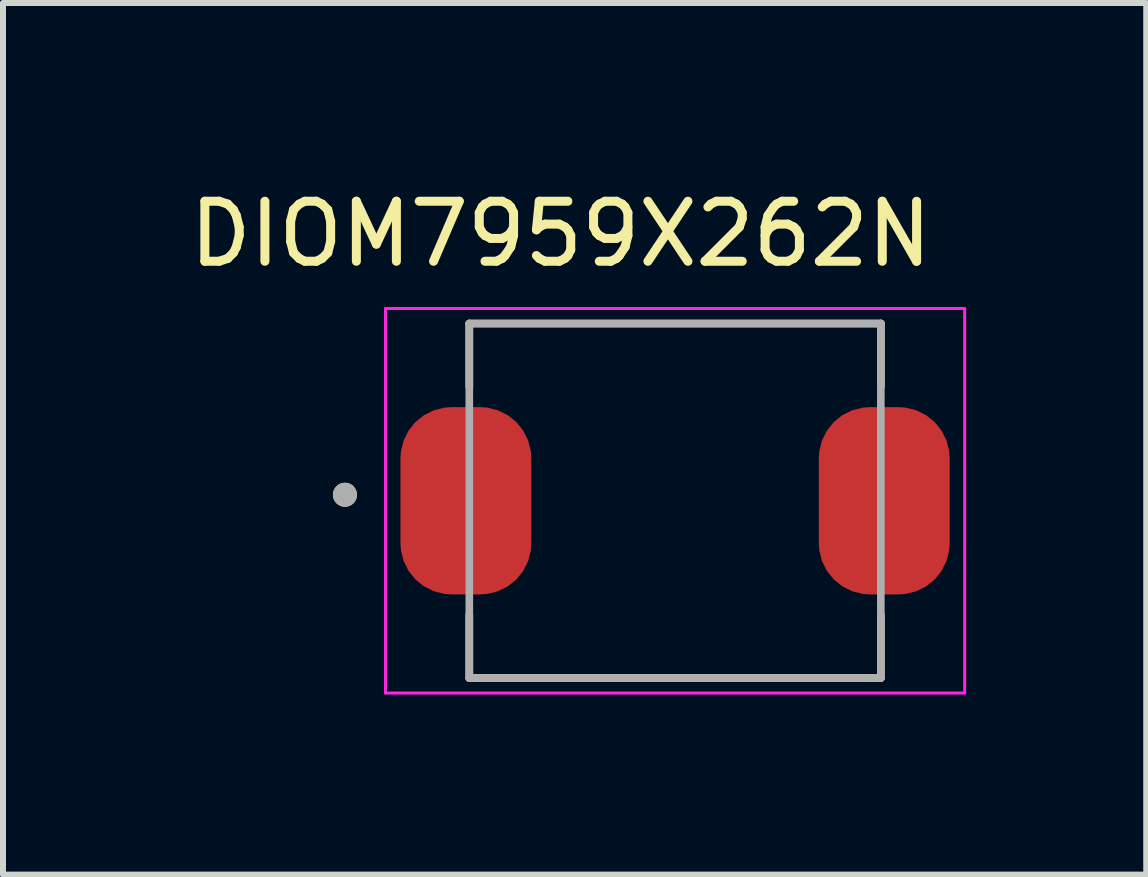
<source format=kicad_pcb>
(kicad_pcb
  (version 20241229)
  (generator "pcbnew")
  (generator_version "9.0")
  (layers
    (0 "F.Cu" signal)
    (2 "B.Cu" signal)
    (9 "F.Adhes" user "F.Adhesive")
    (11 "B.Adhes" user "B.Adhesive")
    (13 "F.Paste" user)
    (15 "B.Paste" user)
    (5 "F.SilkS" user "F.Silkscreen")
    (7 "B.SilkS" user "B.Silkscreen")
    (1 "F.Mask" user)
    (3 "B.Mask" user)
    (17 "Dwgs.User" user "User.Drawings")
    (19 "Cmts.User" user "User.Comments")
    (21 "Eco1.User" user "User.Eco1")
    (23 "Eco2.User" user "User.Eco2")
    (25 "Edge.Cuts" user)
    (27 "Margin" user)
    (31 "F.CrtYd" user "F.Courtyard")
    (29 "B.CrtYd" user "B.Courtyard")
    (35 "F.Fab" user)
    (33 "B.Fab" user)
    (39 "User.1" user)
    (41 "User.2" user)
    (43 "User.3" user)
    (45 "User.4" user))
  (footprint "DIOM7959X262N"
    (layer "F.Cu")
    (at 8.197 5.293)
    (property "Reference" "DIOM7959X262N" (at -1.905 -4.445 0) (layer "F.SilkS") (effects (font (size 1 1) (thickness 0.15))))
    (attr through_hole)
    (fp_line (start -3.428 -2.953) (end 3.428 -2.953) (stroke (width 0.127) (type solid)) (layer "F.SilkS"))
    (fp_line (start -3.428 -1.9) (end -3.428 -2.953) (stroke (width 0.127) (type solid)) (layer "F.SilkS"))
    (fp_line (start -3.428 1.9) (end -3.428 2.953) (stroke (width 0.127) (type solid)) (layer "F.SilkS"))
    (fp_line (start -3.428 2.953) (end 3.428 2.953) (stroke (width 0.127) (type solid)) (layer "F.SilkS"))
    (fp_line (start 3.428 -2.953) (end 3.428 -1.9) (stroke (width 0.127) (type solid)) (layer "F.SilkS"))
    (fp_line (start 3.428 2.953) (end 3.428 1.9) (stroke (width 0.127) (type solid)) (layer "F.SilkS"))
    (fp_circle (center -5.5 -0.1) (end -5.4 -0.1) (stroke (width 0.2) (type solid)) (fill no) (layer "F.SilkS"))
    (fp_line (start -4.825 -3.203) (end 4.825 -3.203) (stroke (width 0.05) (type solid)) (layer "F.CrtYd"))
    (fp_line (start -4.825 3.203) (end -4.825 -3.203) (stroke (width 0.05) (type solid)) (layer "F.CrtYd"))
    (fp_line (start 4.825 -3.203) (end 4.825 3.203) (stroke (width 0.05) (type solid)) (layer "F.CrtYd"))
    (fp_line (start 4.825 3.203) (end -4.825 3.203) (stroke (width 0.05) (type solid)) (layer "F.CrtYd"))
    (fp_line (start -3.428 -2.953) (end 3.428 -2.953) (stroke (width 0.127) (type solid)) (layer "F.Fab"))
    (fp_line (start -3.428 2.953) (end -3.428 -2.953) (stroke (width 0.127) (type solid)) (layer "F.Fab"))
    (fp_line (start 3.428 -2.953) (end 3.428 2.953) (stroke (width 0.127) (type solid)) (layer "F.Fab"))
    (fp_line (start 3.428 2.953) (end -3.428 2.953) (stroke (width 0.127) (type solid)) (layer "F.Fab"))
    (fp_circle (center -5.5 -0.1) (end -5.4 -0.1) (stroke (width 0.2) (type solid)) (fill no) (layer "F.Fab"))
    (pad "1" smd roundrect (at -3.485 0) (size 2.18 3.12) (layers "F.Cu" "F.Mask" "F.Paste") (roundrect_rratio 0.39))
    (pad "2" smd roundrect (at 3.485 0) (size 2.18 3.12) (layers "F.Cu" "F.Mask" "F.Paste") (roundrect_rratio 0.39)))
  (gr_rect
    (start -3 -3)
    (end 16.047 11.521)
    (stroke (width 0.1) (type default))
    (fill no)
    (layer "Edge.Cuts")))
</source>
